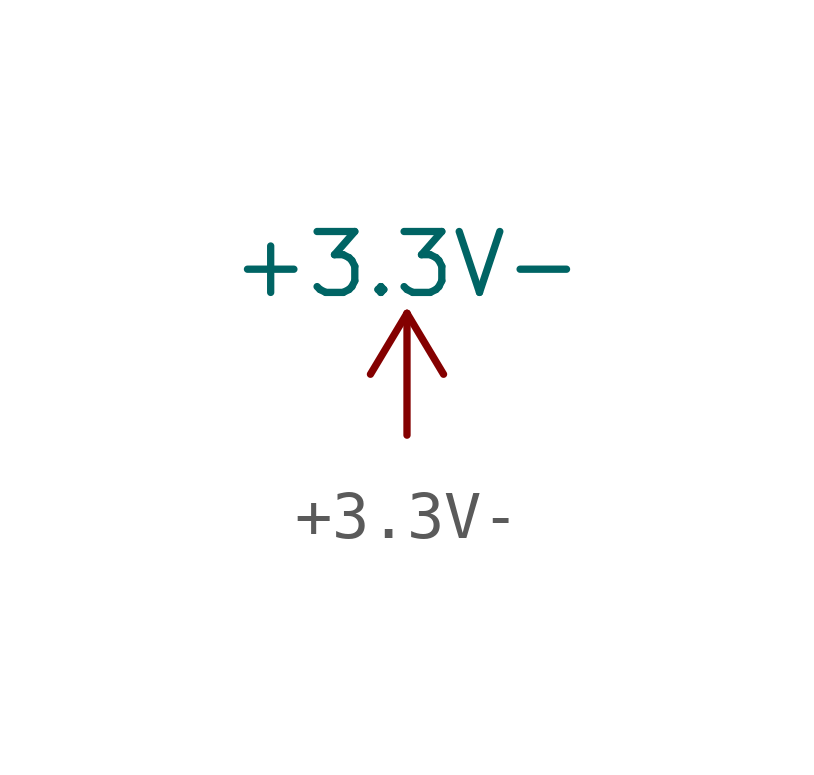
<source format=kicad_sym>
(kicad_symbol_lib
  (version 20220914)
  (generator kicad_symbol_editor)
  (symbol "+3.3V-"
    (power)
    (pin_names
      (offset 0))
    (property "Reference" "#PWR"
      (at 0 -3.81 0)
      (effects (font (size 1.27 1.27)) hide))
    (property "Value" "+3.3V-"
      (at 0 3.556 0)
      (effects (font (size 1.27 1.27))))
    (symbol "+3.3V-_0_1"
      (polyline (pts (xy -0.762 1.27) (xy 0 2.54)) (stroke (width 0) (type solid)) (fill (type none)))
      (polyline (pts (xy 0 0) (xy 0 2.54)) (stroke (width 0) (type solid)) (fill (type none)))
      (polyline (pts (xy 0 2.54) (xy 0.762 1.27)) (stroke (width 0) (type solid)) (fill (type none))))
    (symbol "+3.3V-_1_1"
      (pin power_in line (at 0 0 90) (length 0) hide (name "+3V3" (effects (font (size 1.27 1.27)))) (number "1" (effects (font (size 1.27 1.27))))))))
</source>
